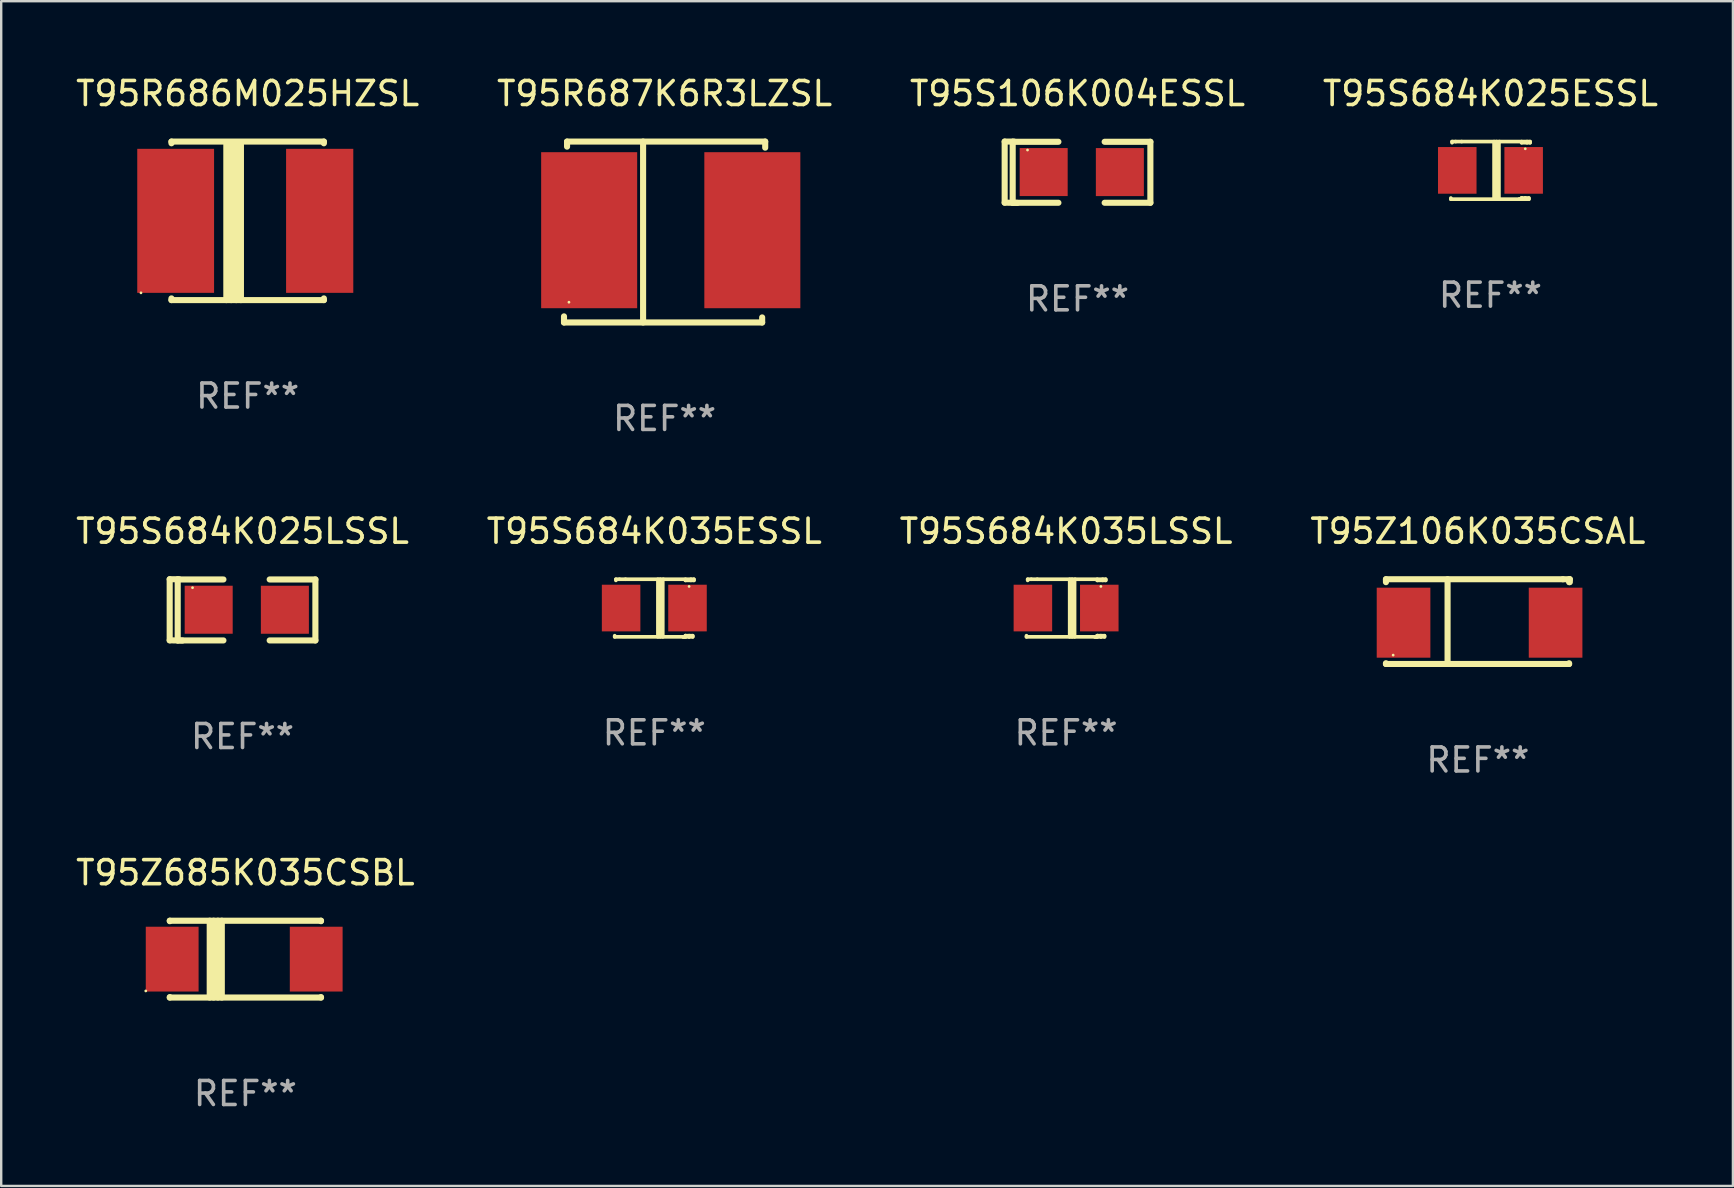
<source format=kicad_pcb>
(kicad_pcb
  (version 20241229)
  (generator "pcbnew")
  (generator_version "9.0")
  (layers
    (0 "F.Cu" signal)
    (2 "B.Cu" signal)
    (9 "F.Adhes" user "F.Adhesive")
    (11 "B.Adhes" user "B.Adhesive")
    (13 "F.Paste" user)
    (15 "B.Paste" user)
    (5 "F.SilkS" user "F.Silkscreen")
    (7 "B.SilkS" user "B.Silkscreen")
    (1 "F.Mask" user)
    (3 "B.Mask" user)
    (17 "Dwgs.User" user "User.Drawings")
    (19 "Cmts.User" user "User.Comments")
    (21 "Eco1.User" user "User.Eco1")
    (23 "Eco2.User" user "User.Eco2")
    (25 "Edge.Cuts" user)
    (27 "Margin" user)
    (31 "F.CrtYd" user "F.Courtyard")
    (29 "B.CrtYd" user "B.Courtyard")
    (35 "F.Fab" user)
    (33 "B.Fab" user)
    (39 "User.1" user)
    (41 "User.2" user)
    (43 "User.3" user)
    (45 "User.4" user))
  (footprint "T95S106K004ESSL"
    (layer "F.Cu")
    (at 41.839 4.125)
    (property "Reference" "T95S106K004ESSL" (at 0 -3.277 0) (layer "F.SilkS") (effects (font (size 1 1) (thickness 0.15))))
    (attr through_hole)
    (fp_line (start -3.035 -1.277) (end -3.035 1.268) (stroke (width 0.254) (type solid)) (layer "F.SilkS"))
    (fp_line (start -3.035 1.268) (end -2.503 1.277) (stroke (width 0.254) (type solid)) (layer "F.SilkS"))
    (fp_line (start -2.701 -1.268) (end -2.701 1.272) (stroke (width 0.254) (type solid)) (layer "F.SilkS"))
    (fp_line (start -2.701 1.272) (end -0.796 1.272) (stroke (width 0.254) (type solid)) (layer "F.SilkS"))
    (fp_line (start -2.644 -1.277) (end -3.035 -1.277) (stroke (width 0.254) (type solid)) (layer "F.SilkS"))
    (fp_line (start -0.796 -1.268) (end -2.701 -1.268) (stroke (width 0.254) (type solid)) (layer "F.SilkS"))
    (fp_line (start 1.13 1.272) (end 3.035 1.272) (stroke (width 0.254) (type solid)) (layer "F.SilkS"))
    (fp_line (start 3.035 -1.268) (end 1.13 -1.268) (stroke (width 0.254) (type solid)) (layer "F.SilkS"))
    (fp_line (start 3.035 1.272) (end 3.035 -1.268) (stroke (width 0.254) (type solid)) (layer "F.SilkS"))
    (fp_circle (center -2.083 -0.925) (end -2.053 -0.925) (stroke (width 0.06) (type solid)) (fill no) (layer "F.SilkS"))
    (fp_text user "REF**" (at 0 5.277 0) (layer "F.Fab") (effects (font (size 1 1) (thickness 0.15))))
    (pad "1" smd rect (at -1.41 -0.007 90) (size 2 2) (layers "F.Cu" "F.Mask" "F.Paste"))
    (pad "2" smd rect (at 1.764 -0.006 90) (size 2 2) (layers "F.Cu" "F.Mask" "F.Paste")))
  (footprint "T95R687K6R3LZSL"
    (layer "F.Cu")
    (at 24.637 6.616)
    (property "Reference" "T95R687K6R3LZSL" (at 0 -5.768 0) (layer "F.SilkS") (effects (font (size 1 1) (thickness 0.15))))
    (attr through_hole)
    (fp_line (start -4.191 3.768) (end -4.191 3.514) (stroke (width 0.254) (type solid)) (layer "F.SilkS"))
    (fp_line (start -4.064 -3.768) (end 4.191 -3.768) (stroke (width 0.254) (type solid)) (layer "F.SilkS"))
    (fp_line (start -4.064 -3.557) (end -4.064 -3.768) (stroke (width 0.254) (type solid)) (layer "F.SilkS"))
    (fp_line (start -0.896 -3.768) (end -0.896 3.768) (stroke (width 0.254) (type solid)) (layer "F.SilkS"))
    (fp_line (start 4.064 3.557) (end 4.064 3.768) (stroke (width 0.254) (type solid)) (layer "F.SilkS"))
    (fp_line (start 4.064 3.768) (end -4.191 3.768) (stroke (width 0.254) (type solid)) (layer "F.SilkS"))
    (fp_line (start 4.191 -3.768) (end 4.191 -3.514) (stroke (width 0.254) (type solid)) (layer "F.SilkS"))
    (fp_circle (center -3.985 2.924) (end -3.955 2.924) (stroke (width 0.06) (type solid)) (fill no) (layer "F.SilkS"))
    (fp_text user "REF**" (at 0 7.768 0) (layer "F.Fab") (effects (font (size 1 1) (thickness 0.15))))
    (pad "1" smd rect (at -3.143 -0.076 270) (size 6.5 4) (layers "F.Cu" "F.Mask" "F.Paste"))
    (pad "2" smd rect (at 3.655 -0.076 270) (size 6.5 4) (layers "F.Cu" "F.Mask" "F.Paste")))
  (footprint "T95R686M025HZSL"
    (layer "F.Cu")
    (at 7.268 6.15)
    (property "Reference" "T95R686M025HZSL" (at 0 -5.302 0) (layer "F.SilkS") (effects (font (size 1 1) (thickness 0.15))))
    (attr through_hole)
    (fp_line (start -3.175 -3.231) (end -3.175 -3.302) (stroke (width 0.254) (type solid)) (layer "F.SilkS"))
    (fp_line (start -3.175 3.302) (end -3.175 3.231) (stroke (width 0.254) (type solid)) (layer "F.SilkS"))
    (fp_line (start -3.175 3.302) (end 3.175 3.302) (stroke (width 0.254) (type solid)) (layer "F.SilkS"))
    (fp_line (start -0.889 -3.175) (end -0.889 3.302) (stroke (width 0.254) (type solid)) (layer "F.SilkS"))
    (fp_line (start -0.688 -3.175) (end -0.688 3.302) (stroke (width 0.254) (type solid)) (layer "F.SilkS"))
    (fp_line (start -0.478 -3.175) (end -0.478 3.302) (stroke (width 0.254) (type solid)) (layer "F.SilkS"))
    (fp_line (start -0.281 -3.175) (end -0.281 3.302) (stroke (width 0.254) (type solid)) (layer "F.SilkS"))
    (fp_line (start 3.175 -3.302) (end -3.175 -3.302) (stroke (width 0.254) (type solid)) (layer "F.SilkS"))
    (fp_line (start 3.175 -3.302) (end 3.175 -3.231) (stroke (width 0.254) (type solid)) (layer "F.SilkS"))
    (fp_line (start 3.175 3.231) (end 3.175 3.302) (stroke (width 0.254) (type solid)) (layer "F.SilkS"))
    (fp_circle (center -4.445 3) (end -4.415 3) (stroke (width 0.06) (type solid)) (fill no) (layer "F.SilkS"))
    (fp_text user "REF**" (at 0 7.302 0) (layer "F.Fab") (effects (font (size 1 1) (thickness 0.15))))
    (pad "1" smd rect (at -3 0) (size 3.2 6) (layers "F.Cu" "F.Mask" "F.Paste"))
    (pad "2" smd rect (at 3 0) (size 2.8 6) (layers "F.Cu" "F.Mask" "F.Paste")))
  (footprint "T95Z685K035CSBL"
    (layer "F.Cu")
    (at 7.173 36.907)
    (property "Reference" "T95Z685K035CSBL" (at 0 -3.6 0) (layer "F.SilkS") (effects (font (size 1 1) (thickness 0.15))))
    (attr through_hole)
    (fp_line (start -3.15 -1.581) (end -3.15 -1.6) (stroke (width 0.254) (type solid)) (layer "F.SilkS"))
    (fp_line (start -3.15 1.6) (end -3.15 1.581) (stroke (width 0.254) (type solid)) (layer "F.SilkS"))
    (fp_line (start -3.15 1.6) (end 3.15 1.6) (stroke (width 0.254) (type solid)) (layer "F.SilkS"))
    (fp_line (start -1.486 -1.6) (end -1.486 1.6) (stroke (width 0.254) (type solid)) (layer "F.SilkS"))
    (fp_line (start -1.324 1.6) (end -1.324 -1.6) (stroke (width 0.254) (type solid)) (layer "F.SilkS"))
    (fp_line (start -1.145 -1.6) (end -1.145 1.6) (stroke (width 0.254) (type solid)) (layer "F.SilkS"))
    (fp_line (start -0.983 -1.6) (end -0.983 1.6) (stroke (width 0.254) (type solid)) (layer "F.SilkS"))
    (fp_line (start 3.15 -1.6) (end -3.15 -1.6) (stroke (width 0.254) (type solid)) (layer "F.SilkS"))
    (fp_line (start 3.15 -1.6) (end 3.15 -1.581) (stroke (width 0.254) (type solid)) (layer "F.SilkS"))
    (fp_line (start 3.15 1.581) (end 3.15 1.6) (stroke (width 0.254) (type solid)) (layer "F.SilkS"))
    (fp_circle (center -4.15 1.325) (end -4.12 1.325) (stroke (width 0.06) (type solid)) (fill no) (layer "F.SilkS"))
    (fp_text user "REF**" (at 0 5.6 0) (layer "F.Fab") (effects (font (size 1 1) (thickness 0.15))))
    (pad "1" smd rect (at -3.05 0) (size 2.2 2.7) (layers "F.Cu" "F.Mask" "F.Paste"))
    (pad "2" smd rect (at 2.95 0) (size 2.2 2.7) (layers "F.Cu" "F.Mask" "F.Paste")))
  (footprint "T95S684K025LSSL"
    (layer "F.Cu")
    (at 7.054 22.358)
    (property "Reference" "T95S684K025LSSL" (at 0 -3.277 0) (layer "F.SilkS") (effects (font (size 1 1) (thickness 0.15))))
    (attr through_hole)
    (fp_line (start -3.035 -1.277) (end -3.035 1.268) (stroke (width 0.254) (type solid)) (layer "F.SilkS"))
    (fp_line (start -3.035 1.268) (end -2.503 1.277) (stroke (width 0.254) (type solid)) (layer "F.SilkS"))
    (fp_line (start -2.701 -1.268) (end -2.701 1.272) (stroke (width 0.254) (type solid)) (layer "F.SilkS"))
    (fp_line (start -2.701 1.272) (end -0.796 1.272) (stroke (width 0.254) (type solid)) (layer "F.SilkS"))
    (fp_line (start -2.644 -1.277) (end -3.035 -1.277) (stroke (width 0.254) (type solid)) (layer "F.SilkS"))
    (fp_line (start -0.796 -1.268) (end -2.701 -1.268) (stroke (width 0.254) (type solid)) (layer "F.SilkS"))
    (fp_line (start 1.13 1.272) (end 3.035 1.272) (stroke (width 0.254) (type solid)) (layer "F.SilkS"))
    (fp_line (start 3.035 -1.268) (end 1.13 -1.268) (stroke (width 0.254) (type solid)) (layer "F.SilkS"))
    (fp_line (start 3.035 1.272) (end 3.035 -1.268) (stroke (width 0.254) (type solid)) (layer "F.SilkS"))
    (fp_circle (center -2.083 -0.925) (end -2.053 -0.925) (stroke (width 0.06) (type solid)) (fill no) (layer "F.SilkS"))
    (fp_text user "REF**" (at 0 5.277 0) (layer "F.Fab") (effects (font (size 1 1) (thickness 0.15))))
    (pad "1" smd rect (at -1.41 -0.007 90) (size 2 2) (layers "F.Cu" "F.Mask" "F.Paste"))
    (pad "2" smd rect (at 1.764 -0.006 90) (size 2 2) (layers "F.Cu" "F.Mask" "F.Paste")))
  (footprint "T95S684K025ESSL"
    (layer "F.Cu")
    (at 59.042 4.048)
    (property "Reference" "T95S684K025ESSL" (at 0 -3.2 0) (layer "F.SilkS") (effects (font (size 1 1) (thickness 0.15))))
    (attr through_hole)
    (fp_line (start -1.65 1.2) (end -1.65 1.152) (stroke (width 0.152) (type solid)) (layer "F.SilkS"))
    (fp_line (start -1.6 -1.2) (end -1.6 -1.152) (stroke (width 0.152) (type solid)) (layer "F.SilkS"))
    (fp_line (start -1.45 -1.2) (end -1.6 -1.2) (stroke (width 0.152) (type solid)) (layer "F.SilkS"))
    (fp_line (start -1.2 -1.2) (end -1.45 -1.2) (stroke (width 0.152) (type solid)) (layer "F.SilkS"))
    (fp_line (start -1.2 -1.2) (end 1.65 -1.2) (stroke (width 0.152) (type solid)) (layer "F.SilkS"))
    (fp_line (start 0.15 -1.2) (end 0.15 1.2) (stroke (width 0.152) (type solid)) (layer "F.SilkS"))
    (fp_line (start 0.25 1.2) (end 0.25 -1.2) (stroke (width 0.152) (type solid)) (layer "F.SilkS"))
    (fp_line (start 0.353 -1.177) (end 0.375 -1.2) (stroke (width 0.152) (type solid)) (layer "F.SilkS"))
    (fp_line (start 0.353 1.2) (end 0.353 -1.177) (stroke (width 0.152) (type solid)) (layer "F.SilkS"))
    (fp_line (start 1.2 1.2) (end -1.65 1.2) (stroke (width 0.152) (type solid)) (layer "F.SilkS"))
    (fp_line (start 1.2 1.2) (end 1.25 1.2) (stroke (width 0.152) (type solid)) (layer "F.SilkS"))
    (fp_line (start 1.2 1.2) (end 1.45 1.2) (stroke (width 0.152) (type solid)) (layer "F.SilkS"))
    (fp_line (start 1.25 1.2) (end 1.298 1.152) (stroke (width 0.152) (type solid)) (layer "F.SilkS"))
    (fp_line (start 1.298 -1.152) (end 1.298 -1.2) (stroke (width 0.152) (type solid)) (layer "F.SilkS"))
    (fp_line (start 1.298 1.152) (end 1.45 1.152) (stroke (width 0.152) (type solid)) (layer "F.SilkS"))
    (fp_line (start 1.298 1.2) (end 1.298 1.152) (stroke (width 0.152) (type solid)) (layer "F.SilkS"))
    (fp_line (start 1.31 1.2) (end 1.31 1.152) (stroke (width 0.152) (type solid)) (layer "F.SilkS"))
    (fp_line (start 1.45 1.152) (end 1.6 1.152) (stroke (width 0.152) (type solid)) (layer "F.SilkS"))
    (fp_line (start 1.45 1.2) (end 1.45 1.152) (stroke (width 0.152) (type solid)) (layer "F.SilkS"))
    (fp_line (start 1.45 1.2) (end 1.6 1.2) (stroke (width 0.152) (type solid)) (layer "F.SilkS"))
    (fp_line (start 1.524 -1.2) (end 1.524 -1.152) (stroke (width 0.152) (type solid)) (layer "F.SilkS"))
    (fp_line (start 1.6 1.2) (end 1.6 1.152) (stroke (width 0.152) (type solid)) (layer "F.SilkS"))
    (fp_line (start 1.65 -1.2) (end 1.65 -1.152) (stroke (width 0.152) (type solid)) (layer "F.SilkS"))
    (fp_line (start 1.65 -1.152) (end 1.298 -1.152) (stroke (width 0.152) (type solid)) (layer "F.SilkS"))
    (fp_circle (center 1.45 -0.9) (end 1.48 -0.9) (stroke (width 0.06) (type solid)) (fill no) (layer "F.SilkS"))
    (fp_text user "REF**" (at 0 5.2 0) (layer "F.Fab") (effects (font (size 1 1) (thickness 0.15))))
    (pad "1" smd rect (at 1.383 0 180) (size 1.605 1.944) (layers "F.Cu" "F.Mask" "F.Paste"))
    (pad "2" smd rect (at -1.383 0 180) (size 1.605 1.944) (layers "F.Cu" "F.Mask" "F.Paste")))
  (footprint "T95Z106K035CSAL"
    (layer "F.Cu")
    (at 58.518 22.846)
    (property "Reference" "T95Z106K035CSAL" (at 0 -3.765 0) (layer "F.SilkS") (effects (font (size 1 1) (thickness 0.15))))
    (attr through_hole)
    (fp_line (start -3.83 -1.765) (end 3.54 -1.765) (stroke (width 0.254) (type solid)) (layer "F.SilkS"))
    (fp_line (start -3.83 -1.644) (end -3.83 -1.765) (stroke (width 0.254) (type solid)) (layer "F.SilkS"))
    (fp_line (start -3.83 1.734) (end -3.83 1.765) (stroke (width 0.254) (type solid)) (layer "F.SilkS"))
    (fp_line (start -3.83 1.765) (end 3.8 1.765) (stroke (width 0.254) (type solid)) (layer "F.SilkS"))
    (fp_line (start -1.263 -1.765) (end -1.263 1.765) (stroke (width 0.254) (type solid)) (layer "F.SilkS"))
    (fp_line (start 3.54 -1.765) (end 3.83 -1.765) (stroke (width 0.254) (type solid)) (layer "F.SilkS"))
    (fp_line (start 3.8 -1.644) (end 3.8 -1.765) (stroke (width 0.254) (type solid)) (layer "F.SilkS"))
    (fp_line (start 3.8 1.765) (end 3.8 1.734) (stroke (width 0.254) (type solid)) (layer "F.SilkS"))
    (fp_line (start 3.83 -1.765) (end 3.83 -1.644) (stroke (width 0.254) (type solid)) (layer "F.SilkS"))
    (fp_circle (center -3.53 1.395) (end -3.5 1.395) (stroke (width 0.06) (type solid)) (fill no) (layer "F.SilkS"))
    (fp_text user "REF**" (at 0 5.765 0) (layer "F.Fab") (effects (font (size 1 1) (thickness 0.15))))
    (pad "1" smd rect (at -3.097 0.045) (size 2.235 2.916) (layers "F.Cu" "F.Mask" "F.Paste"))
    (pad "2" smd rect (at 3.237 0.045) (size 2.235 2.916) (layers "F.Cu" "F.Mask" "F.Paste")))
  (footprint "T95S684K035LSSL"
    (layer "F.Cu")
    (at 41.363 22.281)
    (property "Reference" "T95S684K035LSSL" (at 0 -3.2 0) (layer "F.SilkS") (effects (font (size 1 1) (thickness 0.15))))
    (attr through_hole)
    (fp_line (start -1.65 1.2) (end -1.65 1.152) (stroke (width 0.152) (type solid)) (layer "F.SilkS"))
    (fp_line (start -1.6 -1.2) (end -1.6 -1.152) (stroke (width 0.152) (type solid)) (layer "F.SilkS"))
    (fp_line (start -1.45 -1.2) (end -1.6 -1.2) (stroke (width 0.152) (type solid)) (layer "F.SilkS"))
    (fp_line (start -1.2 -1.2) (end -1.45 -1.2) (stroke (width 0.152) (type solid)) (layer "F.SilkS"))
    (fp_line (start -1.2 -1.2) (end 1.65 -1.2) (stroke (width 0.152) (type solid)) (layer "F.SilkS"))
    (fp_line (start 0.15 -1.2) (end 0.15 1.2) (stroke (width 0.152) (type solid)) (layer "F.SilkS"))
    (fp_line (start 0.25 1.2) (end 0.25 -1.2) (stroke (width 0.152) (type solid)) (layer "F.SilkS"))
    (fp_line (start 0.353 -1.177) (end 0.375 -1.2) (stroke (width 0.152) (type solid)) (layer "F.SilkS"))
    (fp_line (start 0.353 1.2) (end 0.353 -1.177) (stroke (width 0.152) (type solid)) (layer "F.SilkS"))
    (fp_line (start 1.2 1.2) (end -1.65 1.2) (stroke (width 0.152) (type solid)) (layer "F.SilkS"))
    (fp_line (start 1.2 1.2) (end 1.25 1.2) (stroke (width 0.152) (type solid)) (layer "F.SilkS"))
    (fp_line (start 1.2 1.2) (end 1.45 1.2) (stroke (width 0.152) (type solid)) (layer "F.SilkS"))
    (fp_line (start 1.25 1.2) (end 1.298 1.152) (stroke (width 0.152) (type solid)) (layer "F.SilkS"))
    (fp_line (start 1.298 -1.152) (end 1.298 -1.2) (stroke (width 0.152) (type solid)) (layer "F.SilkS"))
    (fp_line (start 1.298 1.152) (end 1.45 1.152) (stroke (width 0.152) (type solid)) (layer "F.SilkS"))
    (fp_line (start 1.298 1.2) (end 1.298 1.152) (stroke (width 0.152) (type solid)) (layer "F.SilkS"))
    (fp_line (start 1.31 1.2) (end 1.31 1.152) (stroke (width 0.152) (type solid)) (layer "F.SilkS"))
    (fp_line (start 1.45 1.152) (end 1.6 1.152) (stroke (width 0.152) (type solid)) (layer "F.SilkS"))
    (fp_line (start 1.45 1.2) (end 1.45 1.152) (stroke (width 0.152) (type solid)) (layer "F.SilkS"))
    (fp_line (start 1.45 1.2) (end 1.6 1.2) (stroke (width 0.152) (type solid)) (layer "F.SilkS"))
    (fp_line (start 1.524 -1.2) (end 1.524 -1.152) (stroke (width 0.152) (type solid)) (layer "F.SilkS"))
    (fp_line (start 1.6 1.2) (end 1.6 1.152) (stroke (width 0.152) (type solid)) (layer "F.SilkS"))
    (fp_line (start 1.65 -1.2) (end 1.65 -1.152) (stroke (width 0.152) (type solid)) (layer "F.SilkS"))
    (fp_line (start 1.65 -1.152) (end 1.298 -1.152) (stroke (width 0.152) (type solid)) (layer "F.SilkS"))
    (fp_circle (center 1.45 -0.9) (end 1.48 -0.9) (stroke (width 0.06) (type solid)) (fill no) (layer "F.SilkS"))
    (fp_text user "REF**" (at 0 5.2 0) (layer "F.Fab") (effects (font (size 1 1) (thickness 0.15))))
    (pad "1" smd rect (at 1.383 0 180) (size 1.605 1.944) (layers "F.Cu" "F.Mask" "F.Paste"))
    (pad "2" smd rect (at -1.383 0 180) (size 1.605 1.944) (layers "F.Cu" "F.Mask" "F.Paste")))
  (footprint "T95S684K035ESSL"
    (layer "F.Cu")
    (at 24.208 22.281)
    (property "Reference" "T95S684K035ESSL" (at 0 -3.2 0) (layer "F.SilkS") (effects (font (size 1 1) (thickness 0.15))))
    (attr through_hole)
    (fp_line (start -1.65 1.2) (end -1.65 1.152) (stroke (width 0.152) (type solid)) (layer "F.SilkS"))
    (fp_line (start -1.6 -1.2) (end -1.6 -1.152) (stroke (width 0.152) (type solid)) (layer "F.SilkS"))
    (fp_line (start -1.45 -1.2) (end -1.6 -1.2) (stroke (width 0.152) (type solid)) (layer "F.SilkS"))
    (fp_line (start -1.2 -1.2) (end -1.45 -1.2) (stroke (width 0.152) (type solid)) (layer "F.SilkS"))
    (fp_line (start -1.2 -1.2) (end 1.65 -1.2) (stroke (width 0.152) (type solid)) (layer "F.SilkS"))
    (fp_line (start 0.15 -1.2) (end 0.15 1.2) (stroke (width 0.152) (type solid)) (layer "F.SilkS"))
    (fp_line (start 0.25 1.2) (end 0.25 -1.2) (stroke (width 0.152) (type solid)) (layer "F.SilkS"))
    (fp_line (start 0.353 -1.177) (end 0.375 -1.2) (stroke (width 0.152) (type solid)) (layer "F.SilkS"))
    (fp_line (start 0.353 1.2) (end 0.353 -1.177) (stroke (width 0.152) (type solid)) (layer "F.SilkS"))
    (fp_line (start 1.2 1.2) (end -1.65 1.2) (stroke (width 0.152) (type solid)) (layer "F.SilkS"))
    (fp_line (start 1.2 1.2) (end 1.25 1.2) (stroke (width 0.152) (type solid)) (layer "F.SilkS"))
    (fp_line (start 1.2 1.2) (end 1.45 1.2) (stroke (width 0.152) (type solid)) (layer "F.SilkS"))
    (fp_line (start 1.25 1.2) (end 1.298 1.152) (stroke (width 0.152) (type solid)) (layer "F.SilkS"))
    (fp_line (start 1.298 -1.152) (end 1.298 -1.2) (stroke (width 0.152) (type solid)) (layer "F.SilkS"))
    (fp_line (start 1.298 1.152) (end 1.45 1.152) (stroke (width 0.152) (type solid)) (layer "F.SilkS"))
    (fp_line (start 1.298 1.2) (end 1.298 1.152) (stroke (width 0.152) (type solid)) (layer "F.SilkS"))
    (fp_line (start 1.31 1.2) (end 1.31 1.152) (stroke (width 0.152) (type solid)) (layer "F.SilkS"))
    (fp_line (start 1.45 1.152) (end 1.6 1.152) (stroke (width 0.152) (type solid)) (layer "F.SilkS"))
    (fp_line (start 1.45 1.2) (end 1.45 1.152) (stroke (width 0.152) (type solid)) (layer "F.SilkS"))
    (fp_line (start 1.45 1.2) (end 1.6 1.2) (stroke (width 0.152) (type solid)) (layer "F.SilkS"))
    (fp_line (start 1.524 -1.2) (end 1.524 -1.152) (stroke (width 0.152) (type solid)) (layer "F.SilkS"))
    (fp_line (start 1.6 1.2) (end 1.6 1.152) (stroke (width 0.152) (type solid)) (layer "F.SilkS"))
    (fp_line (start 1.65 -1.2) (end 1.65 -1.152) (stroke (width 0.152) (type solid)) (layer "F.SilkS"))
    (fp_line (start 1.65 -1.152) (end 1.298 -1.152) (stroke (width 0.152) (type solid)) (layer "F.SilkS"))
    (fp_circle (center 1.45 -0.9) (end 1.48 -0.9) (stroke (width 0.06) (type solid)) (fill no) (layer "F.SilkS"))
    (fp_text user "REF**" (at 0 5.2 0) (layer "F.Fab") (effects (font (size 1 1) (thickness 0.15))))
    (pad "1" smd rect (at 1.383 0 180) (size 1.605 1.944) (layers "F.Cu" "F.Mask" "F.Paste"))
    (pad "2" smd rect (at -1.383 0 180) (size 1.605 1.944) (layers "F.Cu" "F.Mask" "F.Paste")))
  (gr_rect
    (start -3 -3)
    (end 69.143 46.356)
    (stroke (width 0.1) (type default))
    (fill no)
    (layer "Edge.Cuts")))
</source>
